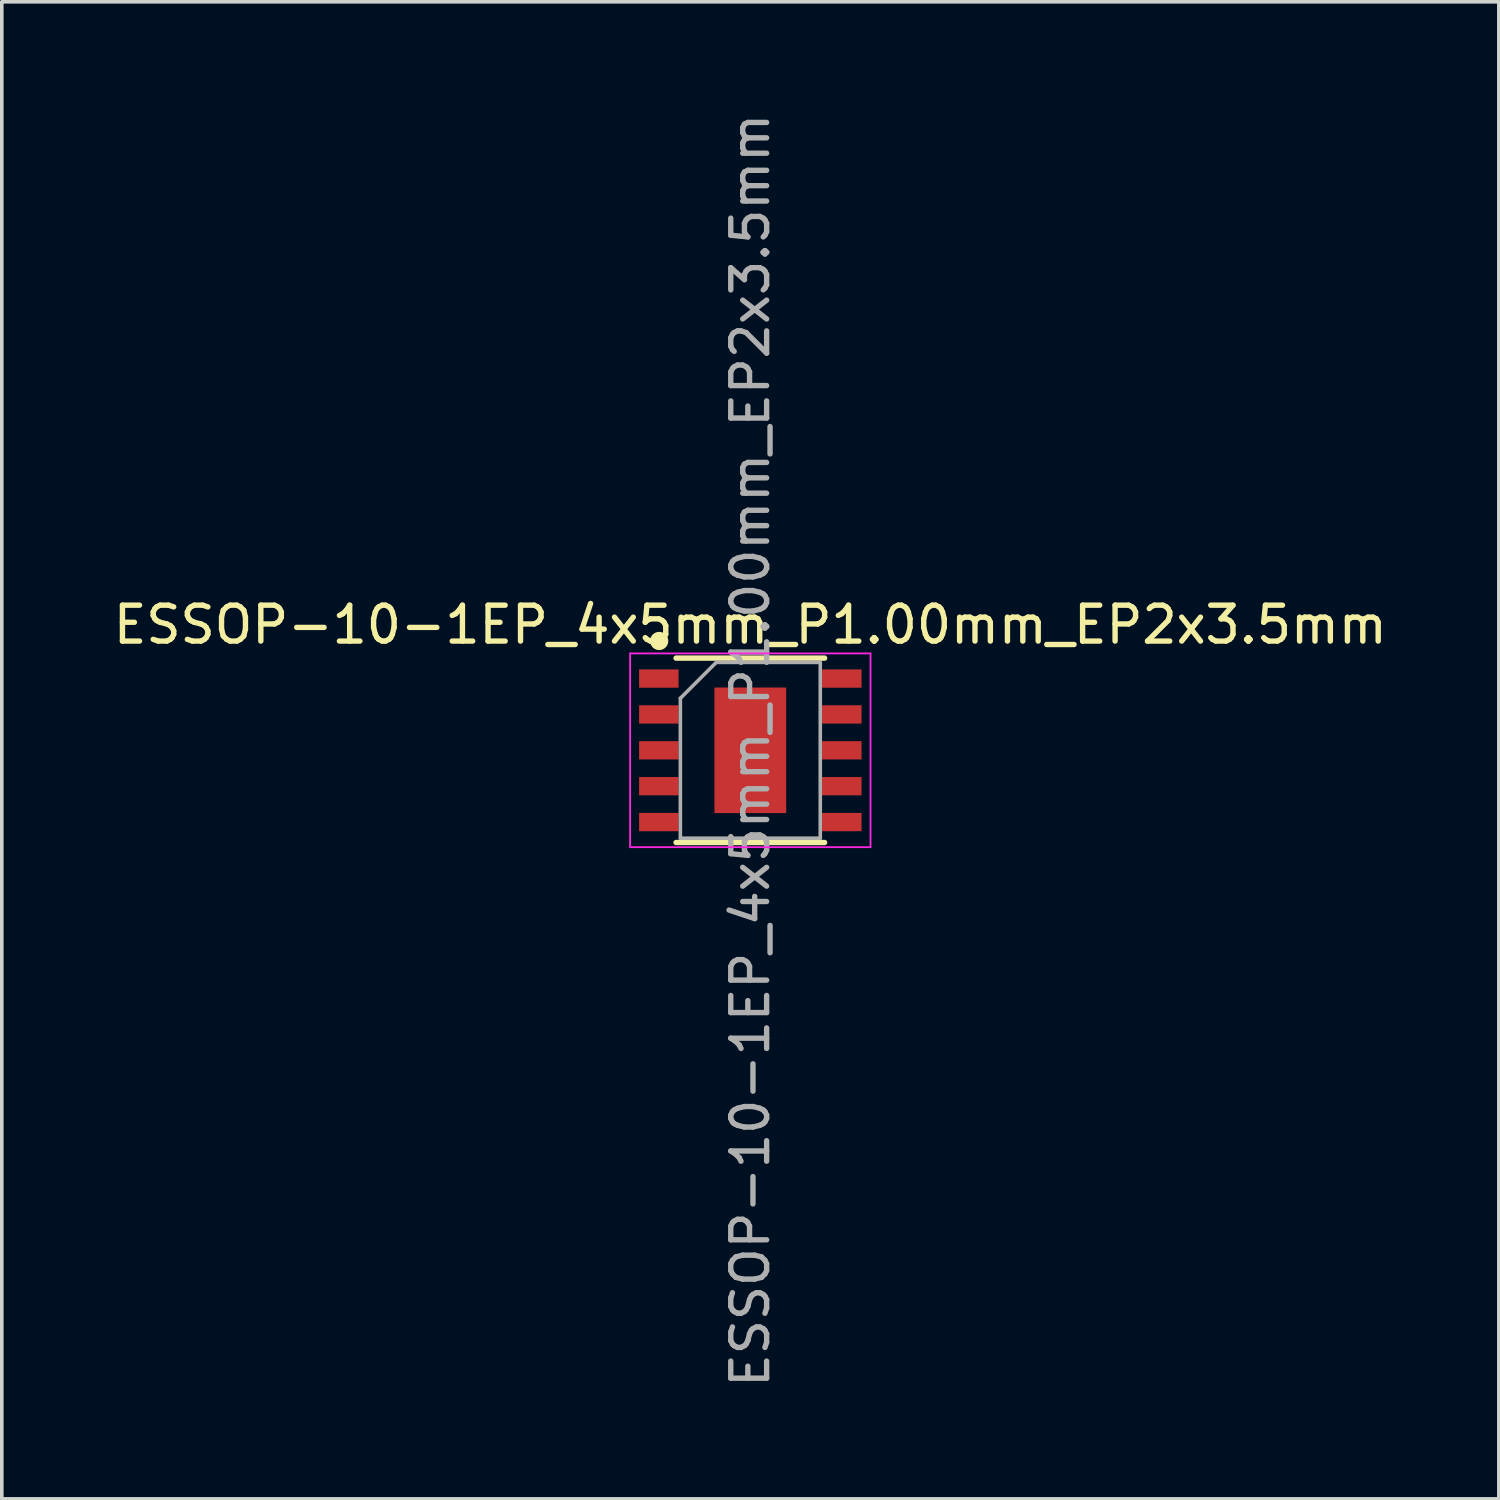
<source format=kicad_pcb>
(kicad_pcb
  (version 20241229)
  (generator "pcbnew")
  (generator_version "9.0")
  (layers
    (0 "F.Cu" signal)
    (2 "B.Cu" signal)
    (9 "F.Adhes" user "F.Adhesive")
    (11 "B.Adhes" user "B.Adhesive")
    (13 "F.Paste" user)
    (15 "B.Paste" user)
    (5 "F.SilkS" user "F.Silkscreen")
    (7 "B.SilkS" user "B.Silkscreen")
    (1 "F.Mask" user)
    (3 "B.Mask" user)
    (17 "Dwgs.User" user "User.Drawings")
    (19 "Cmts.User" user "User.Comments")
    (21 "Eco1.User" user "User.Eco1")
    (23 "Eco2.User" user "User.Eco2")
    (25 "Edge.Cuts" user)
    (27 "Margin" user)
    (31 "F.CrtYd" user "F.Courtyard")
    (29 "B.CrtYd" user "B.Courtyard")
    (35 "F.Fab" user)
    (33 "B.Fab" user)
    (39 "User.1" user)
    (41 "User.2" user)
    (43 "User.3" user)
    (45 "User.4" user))
  (footprint "ESSOP-10-1EP_4x5mm_P1.00mm_EP2x3.5mm"
    (layer "F.Cu")
    (at 17.863 17.863)
    (property "Reference" "ESSOP-10-1EP_4x5mm_P1.00mm_EP2x3.5mm" (at 0 -3.5 0) (layer "F.SilkS") (effects (font (size 1 1) (thickness 0.15))))
    (attr smd)
    (fp_line (start -2.07 -2.57) (end 2.07 -2.57) (stroke (width 0.15) (type solid)) (layer "F.SilkS"))
    (fp_line (start -2.07 2.57) (end 2.07 2.57) (stroke (width 0.15) (type solid)) (layer "F.SilkS"))
    (fp_circle (center -2.54 -3.048) (end -2.286 -3.048) (stroke (width 0) (type solid)) (fill yes) (layer "F.SilkS"))
    (fp_line (start -3.35 -2.7) (end -3.35 2.7) (stroke (width 0.05) (type solid)) (layer "F.CrtYd"))
    (fp_line (start -3.35 -2.7) (end 3.35 -2.7) (stroke (width 0.05) (type solid)) (layer "F.CrtYd"))
    (fp_line (start -3.35 2.7) (end 3.35 2.7) (stroke (width 0.05) (type solid)) (layer "F.CrtYd"))
    (fp_line (start 3.35 -2.7) (end 3.35 2.7) (stroke (width 0.05) (type solid)) (layer "F.CrtYd"))
    (fp_line (start -1.95 -1.45) (end -0.95 -2.45) (stroke (width 0.1) (type solid)) (layer "F.Fab"))
    (fp_line (start -1.95 2.45) (end -1.95 -1.45) (stroke (width 0.1) (type solid)) (layer "F.Fab"))
    (fp_line (start -0.95 -2.45) (end 1.95 -2.45) (stroke (width 0.1) (type solid)) (layer "F.Fab"))
    (fp_line (start 1.95 -2.45) (end 1.95 2.45) (stroke (width 0.1) (type solid)) (layer "F.Fab"))
    (fp_line (start 1.95 2.45) (end -1.95 2.45) (stroke (width 0.1) (type solid)) (layer "F.Fab"))
    (fp_text user "${REFERENCE}" (at 0 0 90) (layer "F.Fab") (effects (font (size 1 1) (thickness 0.15))))
    (pad "0" smd rect (at 0 0) (size 2 3.5) (layers "F.Cu" "F.Mask" "F.Paste"))
    (pad "1" smd rect (at -2.55 -2) (size 1.1 0.51) (layers "F.Cu" "F.Mask" "F.Paste"))
    (pad "2" smd rect (at -2.55 -1) (size 1.1 0.51) (layers "F.Cu" "F.Mask" "F.Paste"))
    (pad "3" smd rect (at -2.55 0) (size 1.1 0.51) (layers "F.Cu" "F.Mask" "F.Paste"))
    (pad "4" smd rect (at -2.55 1) (size 1.1 0.51) (layers "F.Cu" "F.Mask" "F.Paste"))
    (pad "5" smd rect (at -2.55 2) (size 1.1 0.51) (layers "F.Cu" "F.Mask" "F.Paste"))
    (pad "6" smd rect (at 2.55 2) (size 1.1 0.51) (layers "F.Cu" "F.Mask" "F.Paste"))
    (pad "7" smd rect (at 2.55 1) (size 1.1 0.51) (layers "F.Cu" "F.Mask" "F.Paste"))
    (pad "8" smd rect (at 2.55 0) (size 1.1 0.51) (layers "F.Cu" "F.Mask" "F.Paste"))
    (pad "9" smd rect (at 2.55 -1) (size 1.1 0.51) (layers "F.Cu" "F.Mask" "F.Paste"))
    (pad "10" smd rect (at 2.55 -2) (size 1.1 0.51) (layers "F.Cu" "F.Mask" "F.Paste")))
  (gr_rect
    (start -3 -3)
    (end 38.726 38.726)
    (stroke (width 0.1) (type default))
    (fill no)
    (layer "Edge.Cuts")))
</source>
